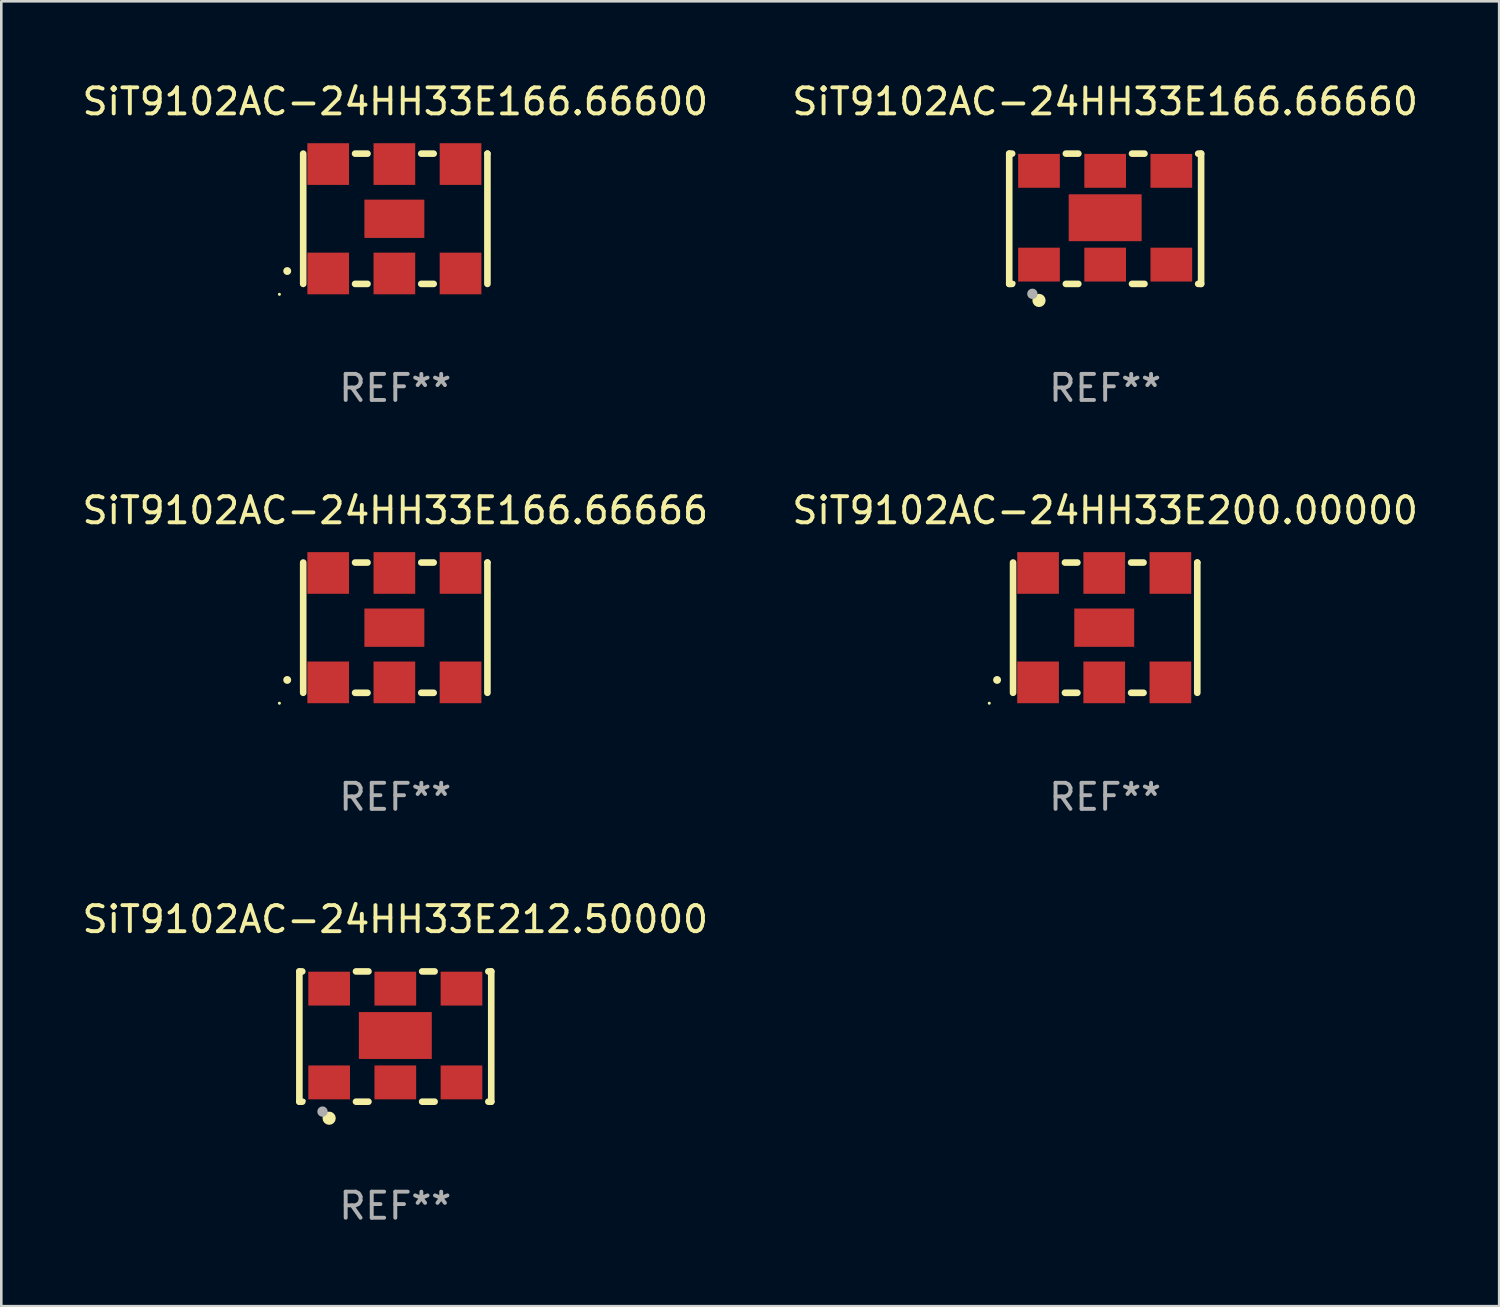
<source format=kicad_pcb>
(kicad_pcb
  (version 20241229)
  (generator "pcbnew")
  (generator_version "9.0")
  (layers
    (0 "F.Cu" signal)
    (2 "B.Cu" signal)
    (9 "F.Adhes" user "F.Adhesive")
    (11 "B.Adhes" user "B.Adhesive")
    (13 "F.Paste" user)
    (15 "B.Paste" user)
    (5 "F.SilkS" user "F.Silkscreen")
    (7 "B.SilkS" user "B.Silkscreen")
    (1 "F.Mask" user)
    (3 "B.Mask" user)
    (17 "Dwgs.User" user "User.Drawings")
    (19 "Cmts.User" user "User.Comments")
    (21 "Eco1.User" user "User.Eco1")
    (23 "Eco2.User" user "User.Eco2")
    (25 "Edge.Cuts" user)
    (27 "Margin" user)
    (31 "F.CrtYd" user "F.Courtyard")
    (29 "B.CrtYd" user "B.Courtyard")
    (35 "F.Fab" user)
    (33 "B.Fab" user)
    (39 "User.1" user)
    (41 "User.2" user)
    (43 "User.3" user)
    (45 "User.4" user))
  (footprint "SiT9102AC-24HH33E166.66666"
    (layer "F.Cu")
    (at 12.125 21.045)
    (property "Reference" "SiT9102AC-24HH33E166.66666" (at 0 -4.5 0) (layer "F.SilkS") (effects (font (size 1 1) (thickness 0.15))))
    (attr through_hole)
    (fp_line (start -3.536 -2.5) (end -3.536 2.5) (stroke (width 0.254) (type solid)) (layer "F.SilkS"))
    (fp_line (start -1.544 2.5) (end -1.067 2.5) (stroke (width 0.254) (type solid)) (layer "F.SilkS"))
    (fp_line (start -1.067 -2.5) (end -1.544 -2.5) (stroke (width 0.254) (type solid)) (layer "F.SilkS"))
    (fp_line (start 0.996 2.5) (end 1.473 2.5) (stroke (width 0.254) (type solid)) (layer "F.SilkS"))
    (fp_line (start 1.473 -2.5) (end 0.996 -2.5) (stroke (width 0.254) (type solid)) (layer "F.SilkS"))
    (fp_line (start 3.536 -2.5) (end 3.536 -2.5) (stroke (width 0.254) (type solid)) (layer "F.SilkS"))
    (fp_line (start 3.536 2.5) (end 3.536 -2.5) (stroke (width 0.254) (type solid)) (layer "F.SilkS"))
    (fp_arc (start -4.150432 2.006604) (mid -4.149162 2.006599) (end -4.147892 2.006604) (stroke (width 0.3) (type solid)) (layer "F.SilkS"))
    (fp_circle (center -4.449 2.9) (end -4.419 2.9) (stroke (width 0.06) (type solid)) (fill no) (layer "F.SilkS"))
    (fp_text user "REF**" (at 0 6.5 0) (layer "F.Fab") (effects (font (size 1 1) (thickness 0.15))))
    (pad "1" smd rect (at -2.576 2.1) (size 1.6 1.6) (layers "F.Cu" "F.Mask" "F.Paste"))
    (pad "2" smd rect (at -0.036 2.1) (size 1.6 1.6) (layers "F.Cu" "F.Mask" "F.Paste"))
    (pad "3" smd rect (at 2.504 2.1) (size 1.6 1.6) (layers "F.Cu" "F.Mask" "F.Paste"))
    (pad "4" smd rect (at 2.504 -2.1) (size 1.6 1.6) (layers "F.Cu" "F.Mask" "F.Paste"))
    (pad "5" smd rect (at -0.036 -2.1) (size 1.6 1.6) (layers "F.Cu" "F.Mask" "F.Paste"))
    (pad "6" smd rect (at -2.576 -2.1) (size 1.6 1.6) (layers "F.Cu" "F.Mask" "F.Paste"))
    (pad "7" smd rect (at -0.036 0) (size 2.3 1.47) (layers "F.Cu" "F.Mask" "F.Paste")))
  (footprint "SiT9102AC-24HH33E166.66600"
    (layer "F.Cu")
    (at 12.125 5.348)
    (property "Reference" "SiT9102AC-24HH33E166.66600" (at 0 -4.5 0) (layer "F.SilkS") (effects (font (size 1 1) (thickness 0.15))))
    (attr through_hole)
    (fp_line (start -3.536 -2.5) (end -3.536 2.5) (stroke (width 0.254) (type solid)) (layer "F.SilkS"))
    (fp_line (start -1.544 2.5) (end -1.067 2.5) (stroke (width 0.254) (type solid)) (layer "F.SilkS"))
    (fp_line (start -1.067 -2.5) (end -1.544 -2.5) (stroke (width 0.254) (type solid)) (layer "F.SilkS"))
    (fp_line (start 0.996 2.5) (end 1.473 2.5) (stroke (width 0.254) (type solid)) (layer "F.SilkS"))
    (fp_line (start 1.473 -2.5) (end 0.996 -2.5) (stroke (width 0.254) (type solid)) (layer "F.SilkS"))
    (fp_line (start 3.536 -2.5) (end 3.536 -2.5) (stroke (width 0.254) (type solid)) (layer "F.SilkS"))
    (fp_line (start 3.536 2.5) (end 3.536 -2.5) (stroke (width 0.254) (type solid)) (layer "F.SilkS"))
    (fp_arc (start -4.150432 2.006604) (mid -4.149162 2.006599) (end -4.147892 2.006604) (stroke (width 0.3) (type solid)) (layer "F.SilkS"))
    (fp_circle (center -4.449 2.9) (end -4.419 2.9) (stroke (width 0.06) (type solid)) (fill no) (layer "F.SilkS"))
    (fp_text user "REF**" (at 0 6.5 0) (layer "F.Fab") (effects (font (size 1 1) (thickness 0.15))))
    (pad "1" smd rect (at -2.576 2.1) (size 1.6 1.6) (layers "F.Cu" "F.Mask" "F.Paste"))
    (pad "2" smd rect (at -0.036 2.1) (size 1.6 1.6) (layers "F.Cu" "F.Mask" "F.Paste"))
    (pad "3" smd rect (at 2.504 2.1) (size 1.6 1.6) (layers "F.Cu" "F.Mask" "F.Paste"))
    (pad "4" smd rect (at 2.504 -2.1) (size 1.6 1.6) (layers "F.Cu" "F.Mask" "F.Paste"))
    (pad "5" smd rect (at -0.036 -2.1) (size 1.6 1.6) (layers "F.Cu" "F.Mask" "F.Paste"))
    (pad "6" smd rect (at -2.576 -2.1) (size 1.6 1.6) (layers "F.Cu" "F.Mask" "F.Paste"))
    (pad "7" smd rect (at -0.036 0) (size 2.3 1.47) (layers "F.Cu" "F.Mask" "F.Paste")))
  (footprint "SiT9102AC-24HH33E166.66660"
    (layer "F.Cu")
    (at 39.375 5.348)
    (property "Reference" "SiT9102AC-24HH33E166.66660" (at 0 -4.5 0) (layer "F.SilkS") (effects (font (size 1 1) (thickness 0.15))))
    (attr through_hole)
    (fp_line (start -3.683 -2.5) (end -3.571 -2.5) (stroke (width 0.254) (type solid)) (layer "F.SilkS"))
    (fp_line (start -3.683 2.5) (end -3.683 -2.5) (stroke (width 0.254) (type solid)) (layer "F.SilkS"))
    (fp_line (start -3.683 2.5) (end -3.571 2.5) (stroke (width 0.254) (type solid)) (layer "F.SilkS"))
    (fp_line (start -1.509 -2.5) (end -1.031 -2.5) (stroke (width 0.254) (type solid)) (layer "F.SilkS"))
    (fp_line (start -1.509 2.5) (end -1.031 2.5) (stroke (width 0.254) (type solid)) (layer "F.SilkS"))
    (fp_line (start 1.031 -2.5) (end 1.509 -2.5) (stroke (width 0.254) (type solid)) (layer "F.SilkS"))
    (fp_line (start 1.031 2.5) (end 1.509 2.5) (stroke (width 0.254) (type solid)) (layer "F.SilkS"))
    (fp_line (start 3.571 -2.5) (end 3.683 -2.5) (stroke (width 0.254) (type solid)) (layer "F.SilkS"))
    (fp_line (start 3.571 2.5) (end 3.683 2.5) (stroke (width 0.254) (type solid)) (layer "F.SilkS"))
    (fp_line (start 3.683 2.5) (end 3.683 -2.5) (stroke (width 0.254) (type solid)) (layer "F.SilkS"))
    (fp_circle (center -3.5 2.46) (end -3.47 2.46) (stroke (width 0.06) (type solid)) (fill no) (layer "F.SilkS"))
    (fp_circle (center -2.54 3.135) (end -2.413 3.135) (stroke (width 0.254) (type solid)) (fill no) (layer "F.SilkS"))
    (fp_circle (center -2.794 2.881) (end -2.694 2.881) (stroke (width 0.2) (type solid)) (fill no) (layer "F.Fab"))
    (fp_text user "REF**" (at 0 6.5 0) (layer "F.Fab") (effects (font (size 1 1) (thickness 0.15))))
    (pad "1" smd rect (at -2.54 1.76) (size 1.6 1.3) (layers "F.Cu" "F.Mask" "F.Paste"))
    (pad "2" smd rect (at 0 1.76) (size 1.6 1.3) (layers "F.Cu" "F.Mask" "F.Paste"))
    (pad "3" smd rect (at 2.54 1.76) (size 1.6 1.3) (layers "F.Cu" "F.Mask" "F.Paste"))
    (pad "4" smd rect (at 2.54 -1.84) (size 1.6 1.3) (layers "F.Cu" "F.Mask" "F.Paste"))
    (pad "5" smd rect (at 0 -1.84) (size 1.6 1.3) (layers "F.Cu" "F.Mask" "F.Paste"))
    (pad "6" smd rect (at -2.54 -1.84) (size 1.6 1.3) (layers "F.Cu" "F.Mask" "F.Paste"))
    (pad "7" smd rect (at 0 -0.04) (size 2.8 1.8) (layers "F.Cu" "F.Mask" "F.Paste")))
  (footprint "SiT9102AC-24HH33E212.50000"
    (layer "F.Cu")
    (at 12.125 36.741)
    (property "Reference" "SiT9102AC-24HH33E212.50000" (at 0 -4.5 0) (layer "F.SilkS") (effects (font (size 1 1) (thickness 0.15))))
    (attr through_hole)
    (fp_line (start -3.683 -2.5) (end -3.571 -2.5) (stroke (width 0.254) (type solid)) (layer "F.SilkS"))
    (fp_line (start -3.683 2.5) (end -3.683 -2.5) (stroke (width 0.254) (type solid)) (layer "F.SilkS"))
    (fp_line (start -3.683 2.5) (end -3.571 2.5) (stroke (width 0.254) (type solid)) (layer "F.SilkS"))
    (fp_line (start -1.509 -2.5) (end -1.031 -2.5) (stroke (width 0.254) (type solid)) (layer "F.SilkS"))
    (fp_line (start -1.509 2.5) (end -1.031 2.5) (stroke (width 0.254) (type solid)) (layer "F.SilkS"))
    (fp_line (start 1.031 -2.5) (end 1.509 -2.5) (stroke (width 0.254) (type solid)) (layer "F.SilkS"))
    (fp_line (start 1.031 2.5) (end 1.509 2.5) (stroke (width 0.254) (type solid)) (layer "F.SilkS"))
    (fp_line (start 3.571 -2.5) (end 3.683 -2.5) (stroke (width 0.254) (type solid)) (layer "F.SilkS"))
    (fp_line (start 3.571 2.5) (end 3.683 2.5) (stroke (width 0.254) (type solid)) (layer "F.SilkS"))
    (fp_line (start 3.683 2.5) (end 3.683 -2.5) (stroke (width 0.254) (type solid)) (layer "F.SilkS"))
    (fp_circle (center -3.5 2.46) (end -3.47 2.46) (stroke (width 0.06) (type solid)) (fill no) (layer "F.SilkS"))
    (fp_circle (center -2.54 3.135) (end -2.413 3.135) (stroke (width 0.254) (type solid)) (fill no) (layer "F.SilkS"))
    (fp_circle (center -2.794 2.881) (end -2.694 2.881) (stroke (width 0.2) (type solid)) (fill no) (layer "F.Fab"))
    (fp_text user "REF**" (at 0 6.5 0) (layer "F.Fab") (effects (font (size 1 1) (thickness 0.15))))
    (pad "1" smd rect (at -2.54 1.76) (size 1.6 1.3) (layers "F.Cu" "F.Mask" "F.Paste"))
    (pad "2" smd rect (at 0 1.76) (size 1.6 1.3) (layers "F.Cu" "F.Mask" "F.Paste"))
    (pad "3" smd rect (at 2.54 1.76) (size 1.6 1.3) (layers "F.Cu" "F.Mask" "F.Paste"))
    (pad "4" smd rect (at 2.54 -1.84) (size 1.6 1.3) (layers "F.Cu" "F.Mask" "F.Paste"))
    (pad "5" smd rect (at 0 -1.84) (size 1.6 1.3) (layers "F.Cu" "F.Mask" "F.Paste"))
    (pad "6" smd rect (at -2.54 -1.84) (size 1.6 1.3) (layers "F.Cu" "F.Mask" "F.Paste"))
    (pad "7" smd rect (at 0 -0.04) (size 2.8 1.8) (layers "F.Cu" "F.Mask" "F.Paste")))
  (footprint "SiT9102AC-24HH33E200.00000"
    (layer "F.Cu")
    (at 39.375 21.045)
    (property "Reference" "SiT9102AC-24HH33E200.00000" (at 0 -4.5 0) (layer "F.SilkS") (effects (font (size 1 1) (thickness 0.15))))
    (attr through_hole)
    (fp_line (start -3.536 -2.5) (end -3.536 2.5) (stroke (width 0.254) (type solid)) (layer "F.SilkS"))
    (fp_line (start -1.544 2.5) (end -1.067 2.5) (stroke (width 0.254) (type solid)) (layer "F.SilkS"))
    (fp_line (start -1.067 -2.5) (end -1.544 -2.5) (stroke (width 0.254) (type solid)) (layer "F.SilkS"))
    (fp_line (start 0.996 2.5) (end 1.473 2.5) (stroke (width 0.254) (type solid)) (layer "F.SilkS"))
    (fp_line (start 1.473 -2.5) (end 0.996 -2.5) (stroke (width 0.254) (type solid)) (layer "F.SilkS"))
    (fp_line (start 3.536 -2.5) (end 3.536 -2.5) (stroke (width 0.254) (type solid)) (layer "F.SilkS"))
    (fp_line (start 3.536 2.5) (end 3.536 -2.5) (stroke (width 0.254) (type solid)) (layer "F.SilkS"))
    (fp_arc (start -4.150432 2.006604) (mid -4.149162 2.006599) (end -4.147892 2.006604) (stroke (width 0.3) (type solid)) (layer "F.SilkS"))
    (fp_circle (center -4.449 2.9) (end -4.419 2.9) (stroke (width 0.06) (type solid)) (fill no) (layer "F.SilkS"))
    (fp_text user "REF**" (at 0 6.5 0) (layer "F.Fab") (effects (font (size 1 1) (thickness 0.15))))
    (pad "1" smd rect (at -2.576 2.1) (size 1.6 1.6) (layers "F.Cu" "F.Mask" "F.Paste"))
    (pad "2" smd rect (at -0.036 2.1) (size 1.6 1.6) (layers "F.Cu" "F.Mask" "F.Paste"))
    (pad "3" smd rect (at 2.504 2.1) (size 1.6 1.6) (layers "F.Cu" "F.Mask" "F.Paste"))
    (pad "4" smd rect (at 2.504 -2.1) (size 1.6 1.6) (layers "F.Cu" "F.Mask" "F.Paste"))
    (pad "5" smd rect (at -0.036 -2.1) (size 1.6 1.6) (layers "F.Cu" "F.Mask" "F.Paste"))
    (pad "6" smd rect (at -2.576 -2.1) (size 1.6 1.6) (layers "F.Cu" "F.Mask" "F.Paste"))
    (pad "7" smd rect (at -0.036 0) (size 2.3 1.47) (layers "F.Cu" "F.Mask" "F.Paste")))
  (gr_rect
    (start -3 -3)
    (end 54.5 47.09)
    (stroke (width 0.1) (type default))
    (fill no)
    (layer "Edge.Cuts")))
</source>
